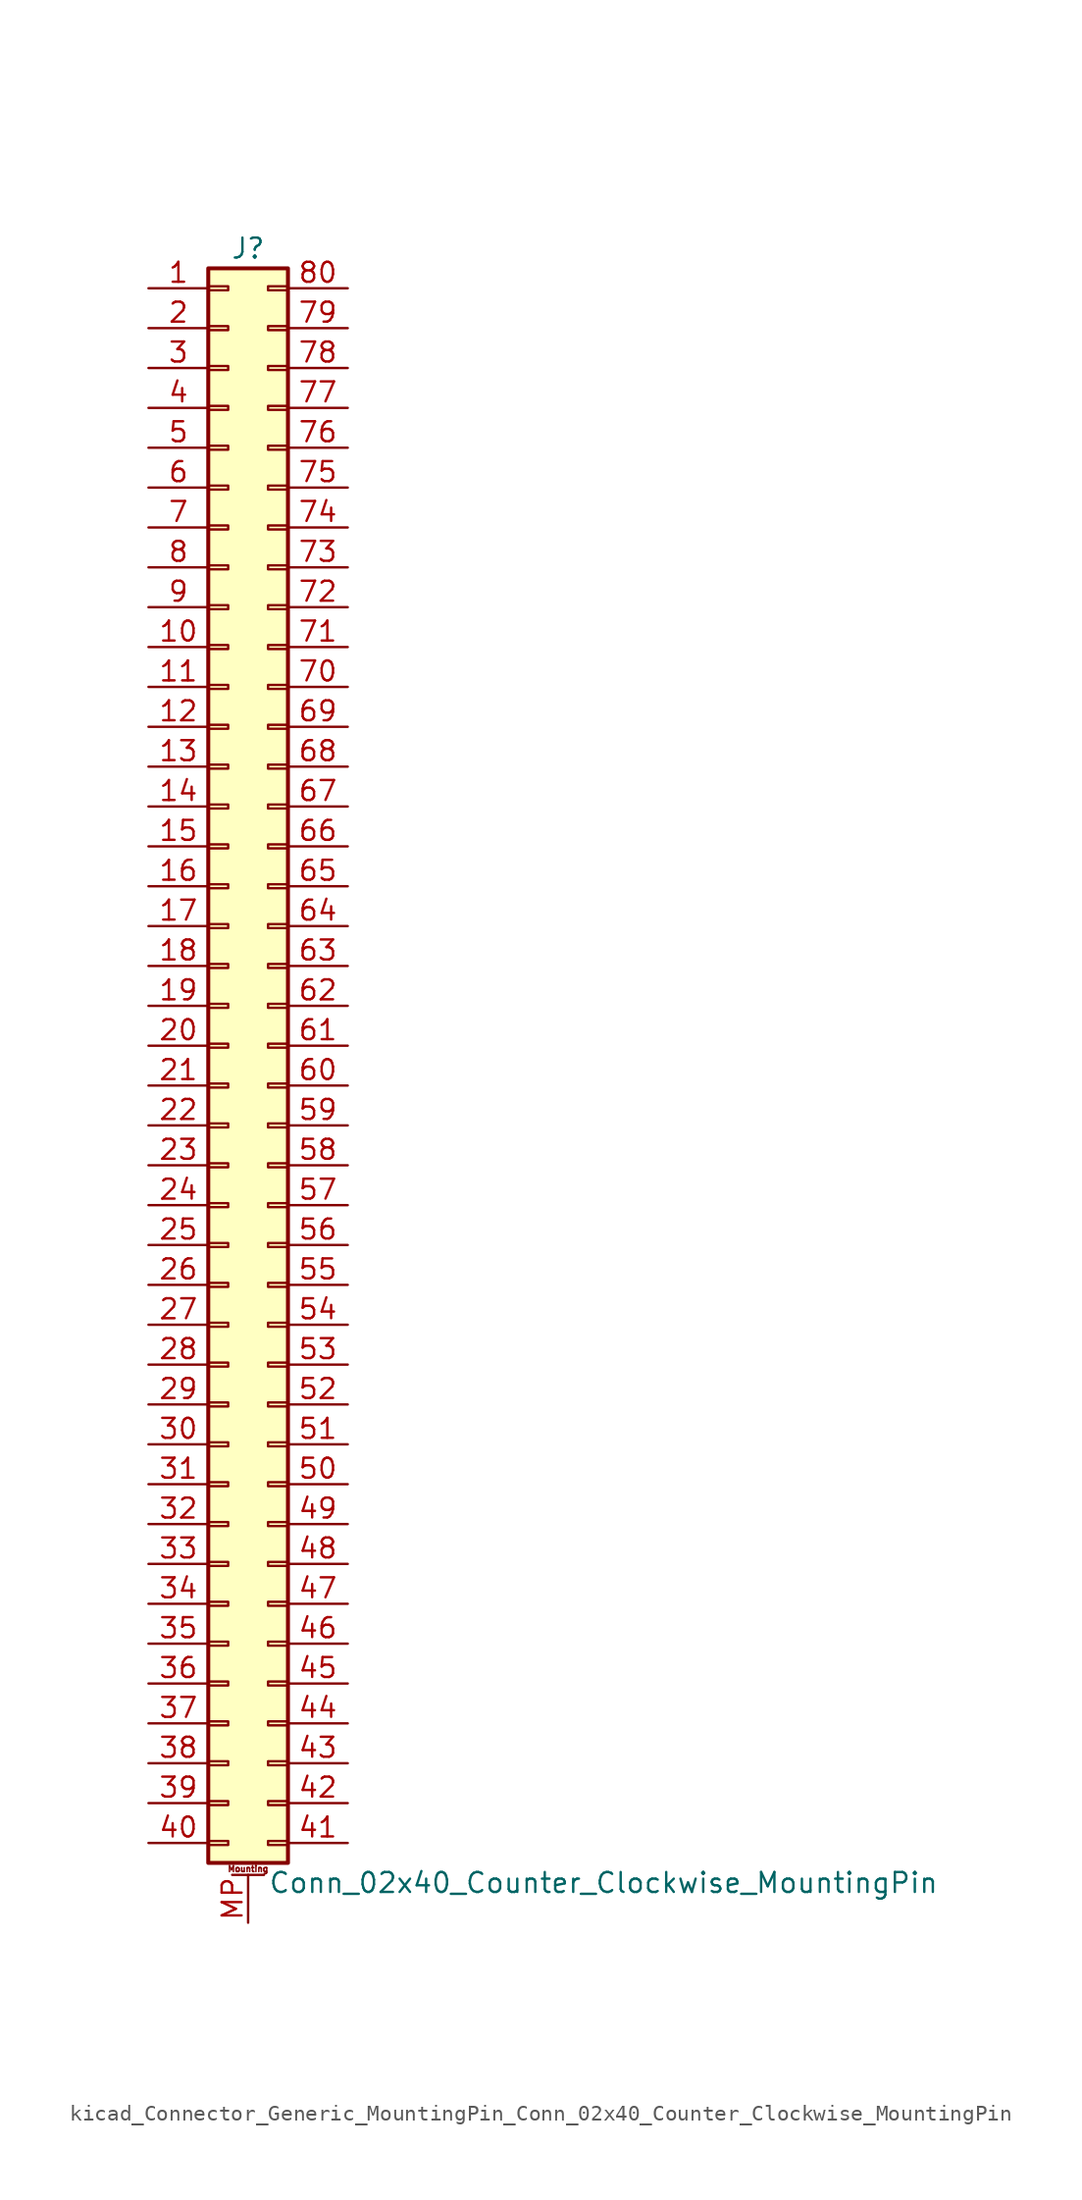
<source format=kicad_sym>
(kicad_symbol_lib
  (version 20220914)
  (generator kicad_symbol_editor)
  (symbol "kicad_Connector_Generic_MountingPin_Conn_02x40_Counter_Clockwise_MountingPin"
    (pin_names
      (offset 1.016) hide)
    (property "Reference" "J"
      (at 1.27 50.8 0)
      (effects (font (size 1.27 1.27))))
    (property "Value" "Conn_02x40_Counter_Clockwise_MountingPin"
      (at 2.54 -53.34 0)
      (effects (font (size 1.27 1.27)) (justify left)))
    (symbol "kicad_Connector_Generic_MountingPin_Conn_02x40_Counter_Clockwise_MountingPin_1_1"
      (rectangle (start -1.27 -50.673) (end 0 -50.927) (stroke (width 0.152) (type default)) (fill (type none)))
      (rectangle (start -1.27 -48.133) (end 0 -48.387) (stroke (width 0.152) (type default)) (fill (type none)))
      (rectangle (start -1.27 -45.593) (end 0 -45.847) (stroke (width 0.152) (type default)) (fill (type none)))
      (rectangle (start -1.27 -43.053) (end 0 -43.307) (stroke (width 0.152) (type default)) (fill (type none)))
      (rectangle (start -1.27 -40.513) (end 0 -40.767) (stroke (width 0.152) (type default)) (fill (type none)))
      (rectangle (start -1.27 -37.973) (end 0 -38.227) (stroke (width 0.152) (type default)) (fill (type none)))
      (rectangle (start -1.27 -35.433) (end 0 -35.687) (stroke (width 0.152) (type default)) (fill (type none)))
      (rectangle (start -1.27 -32.893) (end 0 -33.147) (stroke (width 0.152) (type default)) (fill (type none)))
      (rectangle (start -1.27 -30.353) (end 0 -30.607) (stroke (width 0.152) (type default)) (fill (type none)))
      (rectangle (start -1.27 -27.813) (end 0 -28.067) (stroke (width 0.152) (type default)) (fill (type none)))
      (rectangle (start -1.27 -25.273) (end 0 -25.527) (stroke (width 0.152) (type default)) (fill (type none)))
      (rectangle (start -1.27 -22.733) (end 0 -22.987) (stroke (width 0.152) (type default)) (fill (type none)))
      (rectangle (start -1.27 -20.193) (end 0 -20.447) (stroke (width 0.152) (type default)) (fill (type none)))
      (rectangle (start -1.27 -17.653) (end 0 -17.907) (stroke (width 0.152) (type default)) (fill (type none)))
      (rectangle (start -1.27 -15.113) (end 0 -15.367) (stroke (width 0.152) (type default)) (fill (type none)))
      (rectangle (start -1.27 -12.573) (end 0 -12.827) (stroke (width 0.152) (type default)) (fill (type none)))
      (rectangle (start -1.27 -10.033) (end 0 -10.287) (stroke (width 0.152) (type default)) (fill (type none)))
      (rectangle (start -1.27 -7.493) (end 0 -7.747) (stroke (width 0.152) (type default)) (fill (type none)))
      (rectangle (start -1.27 -4.953) (end 0 -5.207) (stroke (width 0.152) (type default)) (fill (type none)))
      (rectangle (start -1.27 -2.413) (end 0 -2.667) (stroke (width 0.152) (type default)) (fill (type none)))
      (rectangle (start -1.27 0.127) (end 0 -0.127) (stroke (width 0.152) (type default)) (fill (type none)))
      (rectangle (start -1.27 2.667) (end 0 2.413) (stroke (width 0.152) (type default)) (fill (type none)))
      (rectangle (start -1.27 5.207) (end 0 4.953) (stroke (width 0.152) (type default)) (fill (type none)))
      (rectangle (start -1.27 7.747) (end 0 7.493) (stroke (width 0.152) (type default)) (fill (type none)))
      (rectangle (start -1.27 10.287) (end 0 10.033) (stroke (width 0.152) (type default)) (fill (type none)))
      (rectangle (start -1.27 12.827) (end 0 12.573) (stroke (width 0.152) (type default)) (fill (type none)))
      (rectangle (start -1.27 15.367) (end 0 15.113) (stroke (width 0.152) (type default)) (fill (type none)))
      (rectangle (start -1.27 17.907) (end 0 17.653) (stroke (width 0.152) (type default)) (fill (type none)))
      (rectangle (start -1.27 20.447) (end 0 20.193) (stroke (width 0.152) (type default)) (fill (type none)))
      (rectangle (start -1.27 22.987) (end 0 22.733) (stroke (width 0.152) (type default)) (fill (type none)))
      (rectangle (start -1.27 25.527) (end 0 25.273) (stroke (width 0.152) (type default)) (fill (type none)))
      (rectangle (start -1.27 28.067) (end 0 27.813) (stroke (width 0.152) (type default)) (fill (type none)))
      (rectangle (start -1.27 30.607) (end 0 30.353) (stroke (width 0.152) (type default)) (fill (type none)))
      (rectangle (start -1.27 33.147) (end 0 32.893) (stroke (width 0.152) (type default)) (fill (type none)))
      (rectangle (start -1.27 35.687) (end 0 35.433) (stroke (width 0.152) (type default)) (fill (type none)))
      (rectangle (start -1.27 38.227) (end 0 37.973) (stroke (width 0.152) (type default)) (fill (type none)))
      (rectangle (start -1.27 40.767) (end 0 40.513) (stroke (width 0.152) (type default)) (fill (type none)))
      (rectangle (start -1.27 43.307) (end 0 43.053) (stroke (width 0.152) (type default)) (fill (type none)))
      (rectangle (start -1.27 45.847) (end 0 45.593) (stroke (width 0.152) (type default)) (fill (type none)))
      (rectangle (start -1.27 48.387) (end 0 48.133) (stroke (width 0.152) (type default)) (fill (type none)))
      (rectangle (start -1.27 49.53) (end 3.81 -52.07) (stroke (width 0.254) (type default)) (fill (type background)))
      (polyline (pts (xy 0.254 -52.832) (xy 2.286 -52.832)) (stroke (width 0.152) (type default)) (fill (type none)))
      (rectangle (start 3.81 -50.673) (end 2.54 -50.927) (stroke (width 0.152) (type default)) (fill (type none)))
      (rectangle (start 3.81 -48.133) (end 2.54 -48.387) (stroke (width 0.152) (type default)) (fill (type none)))
      (rectangle (start 3.81 -45.593) (end 2.54 -45.847) (stroke (width 0.152) (type default)) (fill (type none)))
      (rectangle (start 3.81 -43.053) (end 2.54 -43.307) (stroke (width 0.152) (type default)) (fill (type none)))
      (rectangle (start 3.81 -40.513) (end 2.54 -40.767) (stroke (width 0.152) (type default)) (fill (type none)))
      (rectangle (start 3.81 -37.973) (end 2.54 -38.227) (stroke (width 0.152) (type default)) (fill (type none)))
      (rectangle (start 3.81 -35.433) (end 2.54 -35.687) (stroke (width 0.152) (type default)) (fill (type none)))
      (rectangle (start 3.81 -32.893) (end 2.54 -33.147) (stroke (width 0.152) (type default)) (fill (type none)))
      (rectangle (start 3.81 -30.353) (end 2.54 -30.607) (stroke (width 0.152) (type default)) (fill (type none)))
      (rectangle (start 3.81 -27.813) (end 2.54 -28.067) (stroke (width 0.152) (type default)) (fill (type none)))
      (rectangle (start 3.81 -25.273) (end 2.54 -25.527) (stroke (width 0.152) (type default)) (fill (type none)))
      (rectangle (start 3.81 -22.733) (end 2.54 -22.987) (stroke (width 0.152) (type default)) (fill (type none)))
      (rectangle (start 3.81 -20.193) (end 2.54 -20.447) (stroke (width 0.152) (type default)) (fill (type none)))
      (rectangle (start 3.81 -17.653) (end 2.54 -17.907) (stroke (width 0.152) (type default)) (fill (type none)))
      (rectangle (start 3.81 -15.113) (end 2.54 -15.367) (stroke (width 0.152) (type default)) (fill (type none)))
      (rectangle (start 3.81 -12.573) (end 2.54 -12.827) (stroke (width 0.152) (type default)) (fill (type none)))
      (rectangle (start 3.81 -10.033) (end 2.54 -10.287) (stroke (width 0.152) (type default)) (fill (type none)))
      (rectangle (start 3.81 -7.493) (end 2.54 -7.747) (stroke (width 0.152) (type default)) (fill (type none)))
      (rectangle (start 3.81 -4.953) (end 2.54 -5.207) (stroke (width 0.152) (type default)) (fill (type none)))
      (rectangle (start 3.81 -2.413) (end 2.54 -2.667) (stroke (width 0.152) (type default)) (fill (type none)))
      (rectangle (start 3.81 0.127) (end 2.54 -0.127) (stroke (width 0.152) (type default)) (fill (type none)))
      (rectangle (start 3.81 2.667) (end 2.54 2.413) (stroke (width 0.152) (type default)) (fill (type none)))
      (rectangle (start 3.81 5.207) (end 2.54 4.953) (stroke (width 0.152) (type default)) (fill (type none)))
      (rectangle (start 3.81 7.747) (end 2.54 7.493) (stroke (width 0.152) (type default)) (fill (type none)))
      (rectangle (start 3.81 10.287) (end 2.54 10.033) (stroke (width 0.152) (type default)) (fill (type none)))
      (rectangle (start 3.81 12.827) (end 2.54 12.573) (stroke (width 0.152) (type default)) (fill (type none)))
      (rectangle (start 3.81 15.367) (end 2.54 15.113) (stroke (width 0.152) (type default)) (fill (type none)))
      (rectangle (start 3.81 17.907) (end 2.54 17.653) (stroke (width 0.152) (type default)) (fill (type none)))
      (rectangle (start 3.81 20.447) (end 2.54 20.193) (stroke (width 0.152) (type default)) (fill (type none)))
      (rectangle (start 3.81 22.987) (end 2.54 22.733) (stroke (width 0.152) (type default)) (fill (type none)))
      (rectangle (start 3.81 25.527) (end 2.54 25.273) (stroke (width 0.152) (type default)) (fill (type none)))
      (rectangle (start 3.81 28.067) (end 2.54 27.813) (stroke (width 0.152) (type default)) (fill (type none)))
      (rectangle (start 3.81 30.607) (end 2.54 30.353) (stroke (width 0.152) (type default)) (fill (type none)))
      (rectangle (start 3.81 33.147) (end 2.54 32.893) (stroke (width 0.152) (type default)) (fill (type none)))
      (rectangle (start 3.81 35.687) (end 2.54 35.433) (stroke (width 0.152) (type default)) (fill (type none)))
      (rectangle (start 3.81 38.227) (end 2.54 37.973) (stroke (width 0.152) (type default)) (fill (type none)))
      (rectangle (start 3.81 40.767) (end 2.54 40.513) (stroke (width 0.152) (type default)) (fill (type none)))
      (rectangle (start 3.81 43.307) (end 2.54 43.053) (stroke (width 0.152) (type default)) (fill (type none)))
      (rectangle (start 3.81 45.847) (end 2.54 45.593) (stroke (width 0.152) (type default)) (fill (type none)))
      (rectangle (start 3.81 48.387) (end 2.54 48.133) (stroke (width 0.152) (type default)) (fill (type none)))
      (text "Mounting" (at 1.27 -52.451 0) (effects (font (size 0.381 0.381))))
      (pin passive line (at -5.08 48.26 0) (length 3.81) (name "Pin_1" (effects (font (size 1.27 1.27)))) (number "1" (effects (font (size 1.27 1.27)))))
      (pin passive line (at -5.08 25.4 0) (length 3.81) (name "Pin_10" (effects (font (size 1.27 1.27)))) (number "10" (effects (font (size 1.27 1.27)))))
      (pin passive line (at -5.08 22.86 0) (length 3.81) (name "Pin_11" (effects (font (size 1.27 1.27)))) (number "11" (effects (font (size 1.27 1.27)))))
      (pin passive line (at -5.08 20.32 0) (length 3.81) (name "Pin_12" (effects (font (size 1.27 1.27)))) (number "12" (effects (font (size 1.27 1.27)))))
      (pin passive line (at -5.08 17.78 0) (length 3.81) (name "Pin_13" (effects (font (size 1.27 1.27)))) (number "13" (effects (font (size 1.27 1.27)))))
      (pin passive line (at -5.08 15.24 0) (length 3.81) (name "Pin_14" (effects (font (size 1.27 1.27)))) (number "14" (effects (font (size 1.27 1.27)))))
      (pin passive line (at -5.08 12.7 0) (length 3.81) (name "Pin_15" (effects (font (size 1.27 1.27)))) (number "15" (effects (font (size 1.27 1.27)))))
      (pin passive line (at -5.08 10.16 0) (length 3.81) (name "Pin_16" (effects (font (size 1.27 1.27)))) (number "16" (effects (font (size 1.27 1.27)))))
      (pin passive line (at -5.08 7.62 0) (length 3.81) (name "Pin_17" (effects (font (size 1.27 1.27)))) (number "17" (effects (font (size 1.27 1.27)))))
      (pin passive line (at -5.08 5.08 0) (length 3.81) (name "Pin_18" (effects (font (size 1.27 1.27)))) (number "18" (effects (font (size 1.27 1.27)))))
      (pin passive line (at -5.08 2.54 0) (length 3.81) (name "Pin_19" (effects (font (size 1.27 1.27)))) (number "19" (effects (font (size 1.27 1.27)))))
      (pin passive line (at -5.08 45.72 0) (length 3.81) (name "Pin_2" (effects (font (size 1.27 1.27)))) (number "2" (effects (font (size 1.27 1.27)))))
      (pin passive line (at -5.08 0 0) (length 3.81) (name "Pin_20" (effects (font (size 1.27 1.27)))) (number "20" (effects (font (size 1.27 1.27)))))
      (pin passive line (at -5.08 -2.54 0) (length 3.81) (name "Pin_21" (effects (font (size 1.27 1.27)))) (number "21" (effects (font (size 1.27 1.27)))))
      (pin passive line (at -5.08 -5.08 0) (length 3.81) (name "Pin_22" (effects (font (size 1.27 1.27)))) (number "22" (effects (font (size 1.27 1.27)))))
      (pin passive line (at -5.08 -7.62 0) (length 3.81) (name "Pin_23" (effects (font (size 1.27 1.27)))) (number "23" (effects (font (size 1.27 1.27)))))
      (pin passive line (at -5.08 -10.16 0) (length 3.81) (name "Pin_24" (effects (font (size 1.27 1.27)))) (number "24" (effects (font (size 1.27 1.27)))))
      (pin passive line (at -5.08 -12.7 0) (length 3.81) (name "Pin_25" (effects (font (size 1.27 1.27)))) (number "25" (effects (font (size 1.27 1.27)))))
      (pin passive line (at -5.08 -15.24 0) (length 3.81) (name "Pin_26" (effects (font (size 1.27 1.27)))) (number "26" (effects (font (size 1.27 1.27)))))
      (pin passive line (at -5.08 -17.78 0) (length 3.81) (name "Pin_27" (effects (font (size 1.27 1.27)))) (number "27" (effects (font (size 1.27 1.27)))))
      (pin passive line (at -5.08 -20.32 0) (length 3.81) (name "Pin_28" (effects (font (size 1.27 1.27)))) (number "28" (effects (font (size 1.27 1.27)))))
      (pin passive line (at -5.08 -22.86 0) (length 3.81) (name "Pin_29" (effects (font (size 1.27 1.27)))) (number "29" (effects (font (size 1.27 1.27)))))
      (pin passive line (at -5.08 43.18 0) (length 3.81) (name "Pin_3" (effects (font (size 1.27 1.27)))) (number "3" (effects (font (size 1.27 1.27)))))
      (pin passive line (at -5.08 -25.4 0) (length 3.81) (name "Pin_30" (effects (font (size 1.27 1.27)))) (number "30" (effects (font (size 1.27 1.27)))))
      (pin passive line (at -5.08 -27.94 0) (length 3.81) (name "Pin_31" (effects (font (size 1.27 1.27)))) (number "31" (effects (font (size 1.27 1.27)))))
      (pin passive line (at -5.08 -30.48 0) (length 3.81) (name "Pin_32" (effects (font (size 1.27 1.27)))) (number "32" (effects (font (size 1.27 1.27)))))
      (pin passive line (at -5.08 -33.02 0) (length 3.81) (name "Pin_33" (effects (font (size 1.27 1.27)))) (number "33" (effects (font (size 1.27 1.27)))))
      (pin passive line (at -5.08 -35.56 0) (length 3.81) (name "Pin_34" (effects (font (size 1.27 1.27)))) (number "34" (effects (font (size 1.27 1.27)))))
      (pin passive line (at -5.08 -38.1 0) (length 3.81) (name "Pin_35" (effects (font (size 1.27 1.27)))) (number "35" (effects (font (size 1.27 1.27)))))
      (pin passive line (at -5.08 -40.64 0) (length 3.81) (name "Pin_36" (effects (font (size 1.27 1.27)))) (number "36" (effects (font (size 1.27 1.27)))))
      (pin passive line (at -5.08 -43.18 0) (length 3.81) (name "Pin_37" (effects (font (size 1.27 1.27)))) (number "37" (effects (font (size 1.27 1.27)))))
      (pin passive line (at -5.08 -45.72 0) (length 3.81) (name "Pin_38" (effects (font (size 1.27 1.27)))) (number "38" (effects (font (size 1.27 1.27)))))
      (pin passive line (at -5.08 -48.26 0) (length 3.81) (name "Pin_39" (effects (font (size 1.27 1.27)))) (number "39" (effects (font (size 1.27 1.27)))))
      (pin passive line (at -5.08 40.64 0) (length 3.81) (name "Pin_4" (effects (font (size 1.27 1.27)))) (number "4" (effects (font (size 1.27 1.27)))))
      (pin passive line (at -5.08 -50.8 0) (length 3.81) (name "Pin_40" (effects (font (size 1.27 1.27)))) (number "40" (effects (font (size 1.27 1.27)))))
      (pin passive line (at 7.62 -50.8 180) (length 3.81) (name "Pin_41" (effects (font (size 1.27 1.27)))) (number "41" (effects (font (size 1.27 1.27)))))
      (pin passive line (at 7.62 -48.26 180) (length 3.81) (name "Pin_42" (effects (font (size 1.27 1.27)))) (number "42" (effects (font (size 1.27 1.27)))))
      (pin passive line (at 7.62 -45.72 180) (length 3.81) (name "Pin_43" (effects (font (size 1.27 1.27)))) (number "43" (effects (font (size 1.27 1.27)))))
      (pin passive line (at 7.62 -43.18 180) (length 3.81) (name "Pin_44" (effects (font (size 1.27 1.27)))) (number "44" (effects (font (size 1.27 1.27)))))
      (pin passive line (at 7.62 -40.64 180) (length 3.81) (name "Pin_45" (effects (font (size 1.27 1.27)))) (number "45" (effects (font (size 1.27 1.27)))))
      (pin passive line (at 7.62 -38.1 180) (length 3.81) (name "Pin_46" (effects (font (size 1.27 1.27)))) (number "46" (effects (font (size 1.27 1.27)))))
      (pin passive line (at 7.62 -35.56 180) (length 3.81) (name "Pin_47" (effects (font (size 1.27 1.27)))) (number "47" (effects (font (size 1.27 1.27)))))
      (pin passive line (at 7.62 -33.02 180) (length 3.81) (name "Pin_48" (effects (font (size 1.27 1.27)))) (number "48" (effects (font (size 1.27 1.27)))))
      (pin passive line (at 7.62 -30.48 180) (length 3.81) (name "Pin_49" (effects (font (size 1.27 1.27)))) (number "49" (effects (font (size 1.27 1.27)))))
      (pin passive line (at -5.08 38.1 0) (length 3.81) (name "Pin_5" (effects (font (size 1.27 1.27)))) (number "5" (effects (font (size 1.27 1.27)))))
      (pin passive line (at 7.62 -27.94 180) (length 3.81) (name "Pin_50" (effects (font (size 1.27 1.27)))) (number "50" (effects (font (size 1.27 1.27)))))
      (pin passive line (at 7.62 -25.4 180) (length 3.81) (name "Pin_51" (effects (font (size 1.27 1.27)))) (number "51" (effects (font (size 1.27 1.27)))))
      (pin passive line (at 7.62 -22.86 180) (length 3.81) (name "Pin_52" (effects (font (size 1.27 1.27)))) (number "52" (effects (font (size 1.27 1.27)))))
      (pin passive line (at 7.62 -20.32 180) (length 3.81) (name "Pin_53" (effects (font (size 1.27 1.27)))) (number "53" (effects (font (size 1.27 1.27)))))
      (pin passive line (at 7.62 -17.78 180) (length 3.81) (name "Pin_54" (effects (font (size 1.27 1.27)))) (number "54" (effects (font (size 1.27 1.27)))))
      (pin passive line (at 7.62 -15.24 180) (length 3.81) (name "Pin_55" (effects (font (size 1.27 1.27)))) (number "55" (effects (font (size 1.27 1.27)))))
      (pin passive line (at 7.62 -12.7 180) (length 3.81) (name "Pin_56" (effects (font (size 1.27 1.27)))) (number "56" (effects (font (size 1.27 1.27)))))
      (pin passive line (at 7.62 -10.16 180) (length 3.81) (name "Pin_57" (effects (font (size 1.27 1.27)))) (number "57" (effects (font (size 1.27 1.27)))))
      (pin passive line (at 7.62 -7.62 180) (length 3.81) (name "Pin_58" (effects (font (size 1.27 1.27)))) (number "58" (effects (font (size 1.27 1.27)))))
      (pin passive line (at 7.62 -5.08 180) (length 3.81) (name "Pin_59" (effects (font (size 1.27 1.27)))) (number "59" (effects (font (size 1.27 1.27)))))
      (pin passive line (at -5.08 35.56 0) (length 3.81) (name "Pin_6" (effects (font (size 1.27 1.27)))) (number "6" (effects (font (size 1.27 1.27)))))
      (pin passive line (at 7.62 -2.54 180) (length 3.81) (name "Pin_60" (effects (font (size 1.27 1.27)))) (number "60" (effects (font (size 1.27 1.27)))))
      (pin passive line (at 7.62 0 180) (length 3.81) (name "Pin_61" (effects (font (size 1.27 1.27)))) (number "61" (effects (font (size 1.27 1.27)))))
      (pin passive line (at 7.62 2.54 180) (length 3.81) (name "Pin_62" (effects (font (size 1.27 1.27)))) (number "62" (effects (font (size 1.27 1.27)))))
      (pin passive line (at 7.62 5.08 180) (length 3.81) (name "Pin_63" (effects (font (size 1.27 1.27)))) (number "63" (effects (font (size 1.27 1.27)))))
      (pin passive line (at 7.62 7.62 180) (length 3.81) (name "Pin_64" (effects (font (size 1.27 1.27)))) (number "64" (effects (font (size 1.27 1.27)))))
      (pin passive line (at 7.62 10.16 180) (length 3.81) (name "Pin_65" (effects (font (size 1.27 1.27)))) (number "65" (effects (font (size 1.27 1.27)))))
      (pin passive line (at 7.62 12.7 180) (length 3.81) (name "Pin_66" (effects (font (size 1.27 1.27)))) (number "66" (effects (font (size 1.27 1.27)))))
      (pin passive line (at 7.62 15.24 180) (length 3.81) (name "Pin_67" (effects (font (size 1.27 1.27)))) (number "67" (effects (font (size 1.27 1.27)))))
      (pin passive line (at 7.62 17.78 180) (length 3.81) (name "Pin_68" (effects (font (size 1.27 1.27)))) (number "68" (effects (font (size 1.27 1.27)))))
      (pin passive line (at 7.62 20.32 180) (length 3.81) (name "Pin_69" (effects (font (size 1.27 1.27)))) (number "69" (effects (font (size 1.27 1.27)))))
      (pin passive line (at -5.08 33.02 0) (length 3.81) (name "Pin_7" (effects (font (size 1.27 1.27)))) (number "7" (effects (font (size 1.27 1.27)))))
      (pin passive line (at 7.62 22.86 180) (length 3.81) (name "Pin_70" (effects (font (size 1.27 1.27)))) (number "70" (effects (font (size 1.27 1.27)))))
      (pin passive line (at 7.62 25.4 180) (length 3.81) (name "Pin_71" (effects (font (size 1.27 1.27)))) (number "71" (effects (font (size 1.27 1.27)))))
      (pin passive line (at 7.62 27.94 180) (length 3.81) (name "Pin_72" (effects (font (size 1.27 1.27)))) (number "72" (effects (font (size 1.27 1.27)))))
      (pin passive line (at 7.62 30.48 180) (length 3.81) (name "Pin_73" (effects (font (size 1.27 1.27)))) (number "73" (effects (font (size 1.27 1.27)))))
      (pin passive line (at 7.62 33.02 180) (length 3.81) (name "Pin_74" (effects (font (size 1.27 1.27)))) (number "74" (effects (font (size 1.27 1.27)))))
      (pin passive line (at 7.62 35.56 180) (length 3.81) (name "Pin_75" (effects (font (size 1.27 1.27)))) (number "75" (effects (font (size 1.27 1.27)))))
      (pin passive line (at 7.62 38.1 180) (length 3.81) (name "Pin_76" (effects (font (size 1.27 1.27)))) (number "76" (effects (font (size 1.27 1.27)))))
      (pin passive line (at 7.62 40.64 180) (length 3.81) (name "Pin_77" (effects (font (size 1.27 1.27)))) (number "77" (effects (font (size 1.27 1.27)))))
      (pin passive line (at 7.62 43.18 180) (length 3.81) (name "Pin_78" (effects (font (size 1.27 1.27)))) (number "78" (effects (font (size 1.27 1.27)))))
      (pin passive line (at 7.62 45.72 180) (length 3.81) (name "Pin_79" (effects (font (size 1.27 1.27)))) (number "79" (effects (font (size 1.27 1.27)))))
      (pin passive line (at -5.08 30.48 0) (length 3.81) (name "Pin_8" (effects (font (size 1.27 1.27)))) (number "8" (effects (font (size 1.27 1.27)))))
      (pin passive line (at 7.62 48.26 180) (length 3.81) (name "Pin_80" (effects (font (size 1.27 1.27)))) (number "80" (effects (font (size 1.27 1.27)))))
      (pin passive line (at -5.08 27.94 0) (length 3.81) (name "Pin_9" (effects (font (size 1.27 1.27)))) (number "9" (effects (font (size 1.27 1.27)))))
      (pin passive line (at 1.27 -55.88 90) (length 3.048) (name "MountPin" (effects (font (size 1.27 1.27)))) (number "MP" (effects (font (size 1.27 1.27))))))))
</source>
